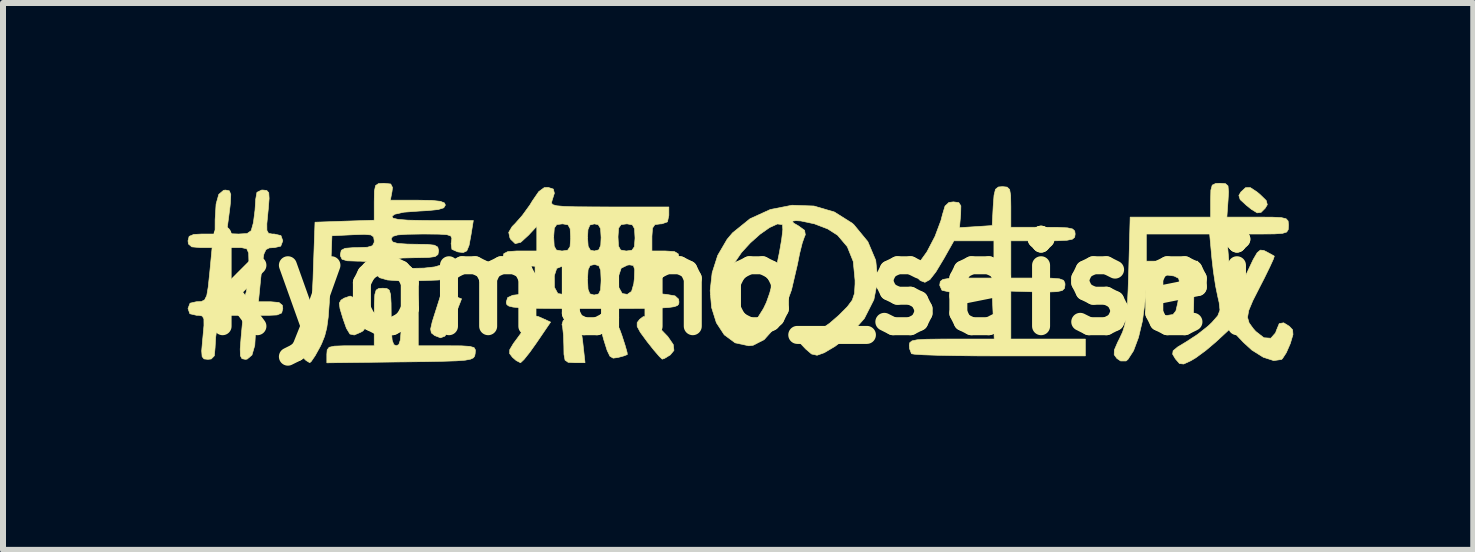
<source format=kicad_pcb>
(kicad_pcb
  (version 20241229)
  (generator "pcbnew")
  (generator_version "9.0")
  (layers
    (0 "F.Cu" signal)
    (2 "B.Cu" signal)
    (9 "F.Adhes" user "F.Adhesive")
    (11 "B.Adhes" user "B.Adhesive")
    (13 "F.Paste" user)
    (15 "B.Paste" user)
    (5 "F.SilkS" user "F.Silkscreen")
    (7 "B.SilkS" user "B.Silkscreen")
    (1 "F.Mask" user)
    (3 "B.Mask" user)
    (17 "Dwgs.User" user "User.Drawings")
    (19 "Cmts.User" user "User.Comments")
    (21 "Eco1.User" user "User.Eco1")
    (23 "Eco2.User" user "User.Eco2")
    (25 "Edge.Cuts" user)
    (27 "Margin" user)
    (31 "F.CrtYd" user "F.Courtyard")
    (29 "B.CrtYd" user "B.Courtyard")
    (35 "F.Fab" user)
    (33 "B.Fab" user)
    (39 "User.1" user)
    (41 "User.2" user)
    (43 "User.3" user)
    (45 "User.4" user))
  (footprint "kyomuno_seisei"
    (layer "F.Cu")
    (at 9.115 1.698)
    (property "Reference" "kyomuno_seisei" (at 0 0 0) (layer "F.SilkS") (effects (font (size 1.524 1.524) (thickness 0.3))))
    (attr through_hole)
    (fp_poly (pts (xy 8.791 -1.546) (xy 8.843 -1.502) (xy 8.942 -1.405) (xy 8.96 -1.336) (xy 8.924 -1.276) (xy 8.856 -1.208) (xy 8.791 -1.2) (xy 8.696 -1.258) (xy 8.612 -1.325) (xy 8.508 -1.421) (xy 8.486 -1.49) (xy 8.52 -1.548) (xy 8.598 -1.62) (xy 8.677 -1.621) (xy 8.791 -1.546)) (stroke (width 0.01) (type solid)) (fill yes) (layer "F.SilkS"))
    (fp_poly (pts (xy -6.254 0.219) (xy -6.187 0.334) (xy -6.133 0.48) (xy -6.084 0.635) (xy -6.077 0.719) (xy -6.113 0.767) (xy -6.152 0.79) (xy -6.26 0.836) (xy -6.332 0.82) (xy -6.39 0.725) (xy -6.447 0.564) (xy -6.497 0.398) (xy -6.509 0.306) (xy -6.481 0.255) (xy -6.429 0.222) (xy -6.328 0.187) (xy -6.254 0.219)) (stroke (width 0.01) (type solid)) (fill yes) (layer "F.SilkS"))
    (fp_poly (pts (xy -2.531 0.552) (xy -2.504 0.626) (xy -2.475 0.777) (xy -2.452 0.945) (xy -2.413 1.298) (xy -2.589 1.298) (xy -2.694 1.292) (xy -2.746 1.255) (xy -2.764 1.158) (xy -2.766 1.021) (xy -2.772 0.841) (xy -2.787 0.7) (xy -2.797 0.661) (xy -2.776 0.593) (xy -2.69 0.541) (xy -2.588 0.527) (xy -2.531 0.552)) (stroke (width 0.01) (type solid)) (fill yes) (layer "F.SilkS"))
    (fp_poly (pts (xy -4.663 0.166) (xy -4.637 0.175) (xy -4.471 0.233) (xy -4.594 0.55) (xy -4.679 0.749) (xy -4.749 0.855) (xy -4.822 0.883) (xy -4.915 0.847) (xy -4.921 0.844) (xy -4.975 0.801) (xy -4.987 0.737) (xy -4.96 0.617) (xy -4.93 0.521) (xy -4.876 0.352) (xy -4.835 0.222) (xy -4.824 0.185) (xy -4.777 0.146) (xy -4.663 0.166)) (stroke (width 0.01) (type solid)) (fill yes) (layer "F.SilkS"))
    (fp_poly (pts (xy -1.378 0.537) (xy -1.282 0.611) (xy -1.209 0.68) (xy -1.033 0.863) (xy -0.942 0.996) (xy -0.931 1.093) (xy -0.991 1.167) (xy -1.085 1.225) (xy -1.126 1.239) (xy -1.173 1.195) (xy -1.267 1.086) (xy -1.375 0.95) (xy -1.491 0.792) (xy -1.544 0.694) (xy -1.544 0.63) (xy -1.502 0.575) (xy -1.441 0.529) (xy -1.378 0.537)) (stroke (width 0.01) (type solid)) (fill yes) (layer "F.SilkS"))
    (fp_poly (pts (xy -3.191 0.529) (xy -3.14 0.551) (xy -2.987 0.621) (xy -3.217 0.959) (xy -3.335 1.125) (xy -3.431 1.245) (xy -3.487 1.298) (xy -3.49 1.298) (xy -3.559 1.263) (xy -3.623 1.207) (xy -3.67 1.146) (xy -3.668 1.081) (xy -3.608 0.98) (xy -3.528 0.872) (xy -3.419 0.721) (xy -3.34 0.6) (xy -3.317 0.554) (xy -3.279 0.511) (xy -3.191 0.529)) (stroke (width 0.01) (type solid)) (fill yes) (layer "F.SilkS"))
    (fp_poly (pts (xy -1.955 0.558) (xy -1.894 0.615) (xy -1.834 0.746) (xy -1.799 0.842) (xy -1.745 1.009) (xy -1.712 1.126) (xy -1.708 1.162) (xy -1.767 1.185) (xy -1.863 1.211) (xy -1.944 1.222) (xy -1.998 1.19) (xy -2.045 1.092) (xy -2.099 0.921) (xy -2.147 0.746) (xy -2.176 0.623) (xy -2.18 0.581) (xy -2.12 0.564) (xy -2.035 0.552) (xy -1.955 0.558)) (stroke (width 0.01) (type solid)) (fill yes) (layer "F.SilkS"))
    (fp_poly (pts (xy -5.266 0.061) (xy -5.224 0.089) (xy -5.202 0.163) (xy -5.194 0.306) (xy -5.193 0.536) (xy -5.193 1.016) (xy -4.709 1.016) (xy -4.476 1.017) (xy -4.334 1.026) (xy -4.263 1.046) (xy -4.24 1.086) (xy -4.244 1.143) (xy -4.252 1.185) (xy -4.273 1.216) (xy -4.321 1.239) (xy -4.41 1.256) (xy -4.555 1.267) (xy -4.769 1.274) (xy -5.067 1.28) (xy -5.462 1.285) (xy -5.489 1.285) (xy -6.717 1.3) (xy -6.717 1.158) (xy -6.711 1.084) (xy -6.678 1.041) (xy -6.592 1.022) (xy -6.429 1.016) (xy -6.322 1.016) (xy -5.927 1.016) (xy -5.927 0.536) (xy -5.925 0.304) (xy -5.917 0.162) (xy -5.895 0.088) (xy -5.853 0.061) (xy -5.786 0.056) (xy -5.717 0.061) (xy -5.676 0.089) (xy -5.654 0.163) (xy -5.646 0.306) (xy -5.644 0.536) (xy -5.641 0.776) (xy -5.628 0.923) (xy -5.601 0.996) (xy -5.56 1.016) (xy -5.517 0.996) (xy -5.492 0.921) (xy -5.479 0.773) (xy -5.475 0.536) (xy -5.474 0.304) (xy -5.466 0.162) (xy -5.444 0.088) (xy -5.402 0.061) (xy -5.334 0.056) (xy -5.266 0.061)) (stroke (width 0.01) (type solid)) (fill yes) (layer "F.SilkS"))
    (fp_poly (pts (xy 1.402 -1.314) (xy 1.744 -1.214) (xy 2.041 -1.027) (xy 2.068 -1.003) (xy 2.301 -0.72) (xy 2.433 -0.408) (xy 2.466 -0.081) (xy 2.402 0.247) (xy 2.243 0.561) (xy 1.992 0.845) (xy 1.753 1.026) (xy 1.574 1.132) (xy 1.455 1.174) (xy 1.363 1.153) (xy 1.267 1.071) (xy 1.247 1.05) (xy 1.12 0.915) (xy 1.329 0.846) (xy 1.481 0.769) (xy 1.665 0.64) (xy 1.813 0.512) (xy 1.96 0.365) (xy 2.042 0.255) (xy 2.079 0.143) (xy 2.088 -0.013) (xy 2.088 -0.077) (xy 2.058 -0.39) (xy 1.959 -0.636) (xy 1.797 -0.827) (xy 1.633 -0.932) (xy 1.411 -1.017) (xy 1.185 -1.065) (xy 1.101 -1.07) (xy 1.038 -1.061) (xy 1.066 -1.028) (xy 1.143 -0.984) (xy 1.247 -0.909) (xy 1.259 -0.834) (xy 1.245 -0.803) (xy 1.208 -0.698) (xy 1.164 -0.522) (xy 1.128 -0.341) (xy 1.029 0.084) (xy 0.899 0.441) (xy 0.745 0.722) (xy 0.572 0.914) (xy 0.388 1.008) (xy 0.317 1.016) (xy 0.089 0.967) (xy -0.092 0.833) (xy -0.224 0.631) (xy -0.303 0.379) (xy -0.322 0.16) (xy 0.003 0.16) (xy 0.044 0.39) (xy 0.125 0.567) (xy 0.192 0.634) (xy 0.258 0.671) (xy 0.319 0.66) (xy 0.391 0.623) (xy 0.47 0.542) (xy 0.562 0.395) (xy 0.611 0.292) (xy 0.665 0.139) (xy 0.723 -0.069) (xy 0.779 -0.306) (xy 0.828 -0.544) (xy 0.865 -0.758) (xy 0.884 -0.919) (xy 0.879 -1.001) (xy 0.877 -1.004) (xy 0.794 -1.015) (xy 0.663 -0.955) (xy 0.505 -0.844) (xy 0.342 -0.699) (xy 0.196 -0.54) (xy 0.089 -0.383) (xy 0.06 -0.321) (xy 0.006 -0.089) (xy 0.003 0.16) (xy -0.322 0.16) (xy -0.327 0.096) (xy -0.294 -0.2) (xy -0.201 -0.491) (xy -0.045 -0.758) (xy 0.046 -0.866) (xy 0.338 -1.102) (xy 0.676 -1.256) (xy 1.038 -1.327) (xy 1.402 -1.314)) (stroke (width 0.01) (type solid)) (fill yes) (layer "F.SilkS"))
    (fp_poly (pts (xy 4.623 -1.629) (xy 4.665 -1.589) (xy 4.682 -1.49) (xy 4.685 -1.304) (xy 4.685 -1.298) (xy 4.685 -0.96) (xy 5.221 -0.96) (xy 5.47 -0.958) (xy 5.628 -0.95) (xy 5.714 -0.931) (xy 5.75 -0.897) (xy 5.757 -0.847) (xy 5.749 -0.794) (xy 5.711 -0.761) (xy 5.622 -0.743) (xy 5.46 -0.735) (xy 5.221 -0.734) (xy 4.685 -0.734) (xy 4.685 -0.113) (xy 5.136 -0.113) (xy 5.361 -0.111) (xy 5.496 -0.1) (xy 5.564 -0.075) (xy 5.586 -0.03) (xy 5.588 0) (xy 5.58 0.058) (xy 5.541 0.095) (xy 5.454 0.114) (xy 5.297 0.12) (xy 5.051 0.116) (xy 4.981 0.114) (xy 4.685 0.105) (xy 4.685 0.903) (xy 5.927 0.903) (xy 5.927 1.185) (xy 4.497 1.185) (xy 4.106 1.184) (xy 3.753 1.18) (xy 3.453 1.174) (xy 3.222 1.166) (xy 3.076 1.156) (xy 3.029 1.148) (xy 2.997 1.065) (xy 2.992 1.007) (xy 3 0.964) (xy 3.038 0.934) (xy 3.124 0.916) (xy 3.275 0.907) (xy 3.511 0.904) (xy 3.7 0.903) (xy 4.408 0.903) (xy 4.374 0.141) (xy 4.092 0.131) (xy 3.891 0.124) (xy 3.71 0.119) (xy 3.655 0.117) (xy 3.537 0.091) (xy 3.5 0.01) (xy 3.5 0) (xy 3.509 -0.056) (xy 3.552 -0.09) (xy 3.653 -0.107) (xy 3.832 -0.112) (xy 3.951 -0.113) (xy 4.403 -0.113) (xy 4.403 -0.734) (xy 3.736 -0.734) (xy 3.568 -0.436) (xy 3.435 -0.215) (xy 3.335 -0.087) (xy 3.253 -0.042) (xy 3.176 -0.071) (xy 3.132 -0.114) (xy 3.066 -0.199) (xy 3.072 -0.265) (xy 3.145 -0.353) (xy 3.287 -0.551) (xy 3.421 -0.808) (xy 3.52 -1.073) (xy 3.545 -1.17) (xy 3.588 -1.313) (xy 3.652 -1.373) (xy 3.728 -1.383) (xy 3.817 -1.371) (xy 3.852 -1.316) (xy 3.849 -1.183) (xy 3.848 -1.168) (xy 3.829 -0.953) (xy 4.102 -0.97) (xy 4.374 -0.988) (xy 4.391 -1.312) (xy 4.405 -1.495) (xy 4.429 -1.593) (xy 4.477 -1.631) (xy 4.547 -1.637) (xy 4.623 -1.629)) (stroke (width 0.01) (type solid)) (fill yes) (layer "F.SilkS"))
    (fp_poly (pts (xy -7.718 -1.573) (xy -7.685 -1.535) (xy -7.679 -1.44) (xy -7.693 -1.263) (xy -7.698 -1.214) (xy -7.717 -1.017) (xy -7.716 -0.907) (xy -7.689 -0.859) (xy -7.629 -0.847) (xy -7.593 -0.847) (xy -7.482 -0.821) (xy -7.451 -0.734) (xy -7.485 -0.645) (xy -7.588 -0.621) (xy -7.675 -0.616) (xy -7.731 -0.588) (xy -7.766 -0.514) (xy -7.791 -0.372) (xy -7.815 -0.141) (xy -7.817 -0.127) (xy -7.857 0.282) (xy -7.654 0.282) (xy -7.515 0.294) (xy -7.458 0.341) (xy -7.451 0.395) (xy -7.47 0.469) (xy -7.546 0.502) (xy -7.676 0.508) (xy -7.902 0.508) (xy -7.903 0.748) (xy -7.918 1.009) (xy -7.965 1.17) (xy -8.045 1.238) (xy -8.076 1.242) (xy -8.131 1.231) (xy -8.158 1.182) (xy -8.161 1.07) (xy -8.146 0.875) (xy -8.112 0.508) (xy -8.31 0.508) (xy -8.447 0.52) (xy -8.513 0.577) (xy -8.544 0.684) (xy -8.57 0.875) (xy -8.58 1.051) (xy -8.592 1.183) (xy -8.644 1.236) (xy -8.7 1.242) (xy -8.764 1.235) (xy -8.796 1.196) (xy -8.803 1.101) (xy -8.788 0.924) (xy -8.783 0.875) (xy -8.765 0.678) (xy -8.766 0.568) (xy -8.793 0.52) (xy -8.853 0.508) (xy -8.888 0.508) (xy -9 0.482) (xy -9.031 0.395) (xy -8.997 0.306) (xy -8.893 0.282) (xy -8.808 0.278) (xy -8.753 0.25) (xy -8.747 0.237) (xy -8.504 0.237) (xy -8.454 0.274) (xy -8.322 0.282) (xy -8.306 0.282) (xy -8.162 0.274) (xy -8.093 0.229) (xy -8.059 0.114) (xy -8.051 0.071) (xy -8.028 -0.132) (xy -8.016 -0.353) (xy -8.016 -0.381) (xy -8.02 -0.531) (xy -8.052 -0.601) (xy -8.137 -0.62) (xy -8.209 -0.621) (xy -8.402 -0.621) (xy -8.437 -0.296) (xy -8.462 -0.094) (xy -8.486 0.08) (xy -8.499 0.155) (xy -8.504 0.237) (xy -8.747 0.237) (xy -8.718 0.177) (xy -8.694 0.036) (xy -8.67 -0.193) (xy -8.668 -0.212) (xy -8.629 -0.621) (xy -8.83 -0.621) (xy -8.968 -0.633) (xy -9.024 -0.681) (xy -9.031 -0.734) (xy -9.012 -0.808) (xy -8.936 -0.84) (xy -8.805 -0.847) (xy -8.58 -0.847) (xy -8.579 -1.087) (xy -8.563 -1.347) (xy -8.518 -1.508) (xy -8.438 -1.576) (xy -8.405 -1.58) (xy -8.342 -1.567) (xy -8.318 -1.506) (xy -8.324 -1.372) (xy -8.33 -1.312) (xy -8.353 -1.131) (xy -8.373 -0.984) (xy -8.38 -0.945) (xy -8.372 -0.88) (xy -8.295 -0.851) (xy -8.187 -0.847) (xy -8.046 -0.855) (xy -7.978 -0.903) (xy -7.944 -1.024) (xy -7.938 -1.058) (xy -7.914 -1.246) (xy -7.903 -1.415) (xy -7.903 -1.425) (xy -7.882 -1.542) (xy -7.804 -1.58) (xy -7.782 -1.58) (xy -7.718 -1.573)) (stroke (width 0.01) (type solid)) (fill yes) (layer "F.SilkS"))
    (fp_poly (pts (xy -5.652 -1.681) (xy -5.622 -1.622) (xy -5.631 -1.552) (xy -5.658 -1.411) (xy -5.199 -1.411) (xy -4.964 -1.407) (xy -4.823 -1.392) (xy -4.755 -1.364) (xy -4.741 -1.329) (xy -4.768 -1.284) (xy -4.861 -1.255) (xy -5.038 -1.237) (xy -5.174 -1.23) (xy -5.432 -1.211) (xy -5.586 -1.177) (xy -5.631 -1.143) (xy -5.614 -1.112) (xy -5.53 -1.091) (xy -5.365 -1.078) (xy -5.107 -1.073) (xy -4.965 -1.072) (xy -4.275 -1.072) (xy -4.313 -0.838) (xy -4.346 -0.658) (xy -4.384 -0.566) (xy -4.444 -0.538) (xy -4.534 -0.549) (xy -4.632 -0.592) (xy -4.645 -0.689) (xy -4.641 -0.71) (xy -4.633 -0.775) (xy -4.651 -0.815) (xy -4.715 -0.836) (xy -4.848 -0.845) (xy -5.068 -0.847) (xy -5.13 -0.847) (xy -5.38 -0.843) (xy -5.536 -0.832) (xy -5.617 -0.808) (xy -5.644 -0.77) (xy -5.644 -0.762) (xy -5.621 -0.716) (xy -5.538 -0.69) (xy -5.373 -0.679) (xy -5.249 -0.677) (xy -5.042 -0.674) (xy -4.923 -0.661) (xy -4.868 -0.629) (xy -4.854 -0.573) (xy -4.854 -0.564) (xy -4.865 -0.505) (xy -4.913 -0.471) (xy -5.023 -0.456) (xy -5.218 -0.452) (xy -5.249 -0.452) (xy -5.464 -0.447) (xy -5.587 -0.429) (xy -5.639 -0.393) (xy -5.644 -0.367) (xy -5.594 -0.319) (xy -5.464 -0.289) (xy -5.287 -0.275) (xy -5.095 -0.279) (xy -4.92 -0.299) (xy -4.794 -0.336) (xy -4.755 -0.369) (xy -4.676 -0.427) (xy -4.585 -0.411) (xy -4.503 -0.366) (xy -4.502 -0.296) (xy -4.533 -0.225) (xy -4.571 -0.162) (xy -4.623 -0.12) (xy -4.713 -0.095) (xy -4.863 -0.08) (xy -5.096 -0.071) (xy -5.186 -0.069) (xy -5.494 -0.066) (xy -5.706 -0.081) (xy -5.838 -0.119) (xy -5.906 -0.184) (xy -5.927 -0.282) (xy -5.927 -0.289) (xy -5.944 -0.353) (xy -6.013 -0.385) (xy -6.162 -0.395) (xy -6.209 -0.395) (xy -6.378 -0.401) (xy -6.463 -0.426) (xy -6.49 -0.482) (xy -6.491 -0.508) (xy -6.476 -0.576) (xy -6.413 -0.609) (xy -6.274 -0.62) (xy -6.209 -0.621) (xy -6.04 -0.627) (xy -5.956 -0.652) (xy -5.928 -0.707) (xy -5.927 -0.736) (xy -5.937 -0.799) (xy -5.983 -0.832) (xy -6.092 -0.841) (xy -6.279 -0.835) (xy -6.632 -0.818) (xy -6.662 -0.028) (xy -6.676 0.3) (xy -6.694 0.541) (xy -6.718 0.717) (xy -6.753 0.854) (xy -6.802 0.976) (xy -6.828 1.03) (xy -6.911 1.18) (xy -6.977 1.277) (xy -7.002 1.298) (xy -7.063 1.261) (xy -7.13 1.197) (xy -7.181 1.127) (xy -7.186 1.053) (xy -7.142 0.938) (xy -7.096 0.844) (xy -7.045 0.726) (xy -7.007 0.596) (xy -6.981 0.432) (xy -6.962 0.209) (xy -6.947 -0.095) (xy -6.943 -0.226) (xy -6.914 -1.044) (xy -6.421 -1.061) (xy -5.927 -1.077) (xy -5.927 -1.385) (xy -5.924 -1.562) (xy -5.905 -1.654) (xy -5.855 -1.688) (xy -5.765 -1.693) (xy -5.652 -1.681)) (stroke (width 0.01) (type solid)) (fill yes) (layer "F.SilkS"))
    (fp_poly (pts (xy 8.262 -1.687) (xy 8.305 -1.649) (xy 8.314 -1.549) (xy 8.306 -1.411) (xy 8.286 -1.129) (xy 8.8 -1.129) (xy 9.042 -1.128) (xy 9.193 -1.121) (xy 9.274 -1.101) (xy 9.307 -1.064) (xy 9.313 -1.003) (xy 9.313 -0.988) (xy 9.309 -0.921) (xy 9.283 -0.88) (xy 9.213 -0.858) (xy 9.078 -0.849) (xy 8.855 -0.847) (xy 8.797 -0.847) (xy 8.281 -0.847) (xy 8.32 -0.381) (xy 8.343 -0.161) (xy 8.37 0.015) (xy 8.396 0.117) (xy 8.403 0.129) (xy 8.446 0.103) (xy 8.519 -0.005) (xy 8.608 -0.174) (xy 8.631 -0.223) (xy 8.725 -0.422) (xy 8.791 -0.535) (xy 8.844 -0.579) (xy 8.902 -0.573) (xy 8.937 -0.556) (xy 9.037 -0.502) (xy 9.077 -0.478) (xy 9.06 -0.426) (xy 9 -0.295) (xy 8.909 -0.109) (xy 8.838 0.029) (xy 8.718 0.265) (xy 8.65 0.428) (xy 8.63 0.543) (xy 8.657 0.635) (xy 8.727 0.731) (xy 8.767 0.776) (xy 8.903 0.882) (xy 9.019 0.89) (xy 9.098 0.8) (xy 9.111 0.762) (xy 9.159 0.646) (xy 9.233 0.633) (xy 9.327 0.691) (xy 9.382 0.75) (xy 9.388 0.829) (xy 9.346 0.97) (xy 9.342 0.982) (xy 9.277 1.131) (xy 9.212 1.231) (xy 9.197 1.244) (xy 9.067 1.263) (xy 8.893 1.207) (xy 8.702 1.087) (xy 8.561 0.958) (xy 8.344 0.728) (xy 8.102 0.952) (xy 7.934 1.094) (xy 7.768 1.216) (xy 7.686 1.265) (xy 7.566 1.32) (xy 7.496 1.312) (xy 7.431 1.237) (xy 7.426 1.23) (xy 7.382 1.156) (xy 7.39 1.099) (xy 7.466 1.036) (xy 7.607 0.951) (xy 7.797 0.827) (xy 7.973 0.688) (xy 8.037 0.627) (xy 8.135 0.515) (xy 8.171 0.421) (xy 8.157 0.294) (xy 8.137 0.208) (xy 8.098 0.019) (xy 8.061 -0.226) (xy 8.036 -0.444) (xy 7.999 -0.847) (xy 6.943 -0.847) (xy 6.943 -0.395) (xy 7.803 -0.395) (xy 7.768 -0.219) (xy 7.749 -0.066) (xy 7.736 0.146) (xy 7.733 0.319) (xy 7.728 0.52) (xy 7.709 0.637) (xy 7.667 0.698) (xy 7.614 0.725) (xy 7.448 0.756) (xy 7.296 0.737) (xy 7.192 0.676) (xy 7.168 0.614) (xy 7.207 0.529) (xy 7.304 0.508) (xy 7.388 0.495) (xy 7.436 0.436) (xy 7.467 0.304) (xy 7.479 0.228) (xy 7.494 0.055) (xy 7.491 -0.074) (xy 7.48 -0.11) (xy 7.406 -0.147) (xy 7.263 -0.167) (xy 7.201 -0.169) (xy 6.959 -0.169) (xy 6.92 0.293) (xy 6.879 0.6) (xy 6.813 0.877) (xy 6.73 1.099) (xy 6.637 1.243) (xy 6.605 1.269) (xy 6.515 1.269) (xy 6.453 1.227) (xy 6.408 1.165) (xy 6.41 1.087) (xy 6.465 0.959) (xy 6.497 0.896) (xy 6.547 0.789) (xy 6.583 0.675) (xy 6.609 0.533) (xy 6.627 0.341) (xy 6.64 0.077) (xy 6.65 -0.24) (xy 6.674 -1.129) (xy 8.015 -1.129) (xy 8.015 -1.411) (xy 8.019 -1.578) (xy 8.042 -1.662) (xy 8.1 -1.69) (xy 8.17 -1.693) (xy 8.262 -1.687)) (stroke (width 0.01) (type solid)) (fill yes) (layer "F.SilkS"))
    (fp_poly (pts (xy -2.941 -1.596) (xy -2.924 -1.527) (xy -2.965 -1.397) (xy -2.972 -1.362) (xy -2.95 -1.336) (xy -2.885 -1.318) (xy -2.763 -1.307) (xy -2.568 -1.301) (xy -2.285 -1.299) (xy -2.01 -1.298) (xy -1.016 -1.298) (xy -1.016 -1.157) (xy -1.039 -1.05) (xy -1.131 -1.017) (xy -1.157 -1.016) (xy -1.248 -1.004) (xy -1.288 -0.946) (xy -1.298 -0.81) (xy -1.298 -0.79) (xy -1.298 -0.564) (xy -1.072 -0.564) (xy -0.924 -0.555) (xy -0.859 -0.516) (xy -0.847 -0.455) (xy -0.873 -0.378) (xy -0.969 -0.339) (xy -1.058 -0.328) (xy -1.194 -0.31) (xy -1.254 -0.262) (xy -1.27 -0.15) (xy -1.27 -0.085) (xy -1.264 0.061) (xy -1.224 0.128) (xy -1.12 0.153) (xy -1.058 0.159) (xy -0.913 0.184) (xy -0.853 0.239) (xy -0.847 0.286) (xy -0.851 0.319) (xy -0.873 0.345) (xy -0.925 0.364) (xy -1.02 0.378) (xy -1.171 0.387) (xy -1.39 0.392) (xy -1.692 0.394) (xy -2.088 0.395) (xy -2.286 0.395) (xy -2.726 0.395) (xy -3.065 0.393) (xy -3.318 0.389) (xy -3.496 0.382) (xy -3.613 0.371) (xy -3.682 0.354) (xy -3.715 0.331) (xy -3.725 0.301) (xy -3.725 0.285) (xy -3.703 0.213) (xy -3.619 0.174) (xy -3.485 0.158) (xy -3.335 0.143) (xy -3.266 0.103) (xy -3.247 0.007) (xy -3.246 -0.085) (xy -3.246 -0.15) (xy -2.925 -0.15) (xy -2.923 0.041) (xy -2.866 0.145) (xy -2.78 0.159) (xy -2.712 0.114) (xy -2.684 -0.004) (xy -2.681 -0.085) (xy -2.371 -0.085) (xy -2.363 0.074) (xy -2.333 0.149) (xy -2.266 0.169) (xy -2.258 0.169) (xy -2.187 0.153) (xy -2.154 0.084) (xy -2.145 -0.066) (xy -2.145 -0.085) (xy -2.148 -0.15) (xy -1.853 -0.15) (xy -1.851 0.042) (xy -1.793 0.145) (xy -1.708 0.159) (xy -1.637 0.109) (xy -1.6 -0.02) (xy -1.591 -0.104) (xy -1.585 -0.255) (xy -1.607 -0.322) (xy -1.669 -0.333) (xy -1.704 -0.329) (xy -1.81 -0.278) (xy -1.853 -0.15) (xy -2.148 -0.15) (xy -2.152 -0.243) (xy -2.183 -0.318) (xy -2.25 -0.339) (xy -2.258 -0.339) (xy -2.328 -0.322) (xy -2.362 -0.253) (xy -2.371 -0.103) (xy -2.371 -0.085) (xy -2.681 -0.085) (xy -2.681 -0.085) (xy -2.691 -0.233) (xy -2.729 -0.298) (xy -2.794 -0.31) (xy -2.885 -0.274) (xy -2.925 -0.152) (xy -2.925 -0.15) (xy -3.246 -0.15) (xy -3.246 -0.31) (xy -3.514 -0.328) (xy -3.68 -0.346) (xy -3.76 -0.382) (xy -3.782 -0.449) (xy -3.782 -0.455) (xy -3.766 -0.521) (xy -3.7 -0.554) (xy -3.557 -0.564) (xy -3.5 -0.564) (xy -3.217 -0.564) (xy -3.217 -0.79) (xy -2.935 -0.79) (xy -2.927 -0.645) (xy -2.891 -0.58) (xy -2.806 -0.565) (xy -2.794 -0.564) (xy -2.703 -0.577) (xy -2.663 -0.635) (xy -2.653 -0.771) (xy -2.653 -0.79) (xy -2.371 -0.79) (xy -2.361 -0.643) (xy -2.323 -0.577) (xy -2.258 -0.564) (xy -2.184 -0.583) (xy -2.151 -0.66) (xy -2.145 -0.79) (xy -1.863 -0.79) (xy -1.855 -0.645) (xy -1.819 -0.58) (xy -1.734 -0.565) (xy -1.722 -0.564) (xy -1.631 -0.577) (xy -1.59 -0.635) (xy -1.58 -0.771) (xy -1.58 -0.79) (xy -1.588 -0.936) (xy -1.624 -1) (xy -1.709 -1.016) (xy -1.722 -1.016) (xy -1.812 -1.004) (xy -1.853 -0.946) (xy -1.863 -0.81) (xy -1.863 -0.79) (xy -2.145 -0.79) (xy -2.154 -0.938) (xy -2.193 -1.003) (xy -2.258 -1.016) (xy -2.332 -0.997) (xy -2.364 -0.921) (xy -2.371 -0.79) (xy -2.653 -0.79) (xy -2.661 -0.936) (xy -2.697 -1) (xy -2.782 -1.016) (xy -2.794 -1.016) (xy -2.885 -1.004) (xy -2.925 -0.946) (xy -2.935 -0.81) (xy -2.935 -0.79) (xy -3.217 -0.79) (xy -3.217 -0.976) (xy -3.356 -0.827) (xy -3.485 -0.709) (xy -3.577 -0.687) (xy -3.651 -0.758) (xy -3.665 -0.782) (xy -3.685 -0.875) (xy -3.628 -0.971) (xy -3.577 -1.022) (xy -3.459 -1.156) (xy -3.332 -1.331) (xy -3.29 -1.4) (xy -3.184 -1.554) (xy -3.092 -1.621) (xy -3.027 -1.624) (xy -2.941 -1.596)) (stroke (width 0.01) (type solid)) (fill yes) (layer "F.SilkS")))
  (gr_rect
    (start -3 -3)
    (end 21.508 6.116)
    (stroke (width 0.1) (type default))
    (fill no)
    (layer "Edge.Cuts")))
</source>
